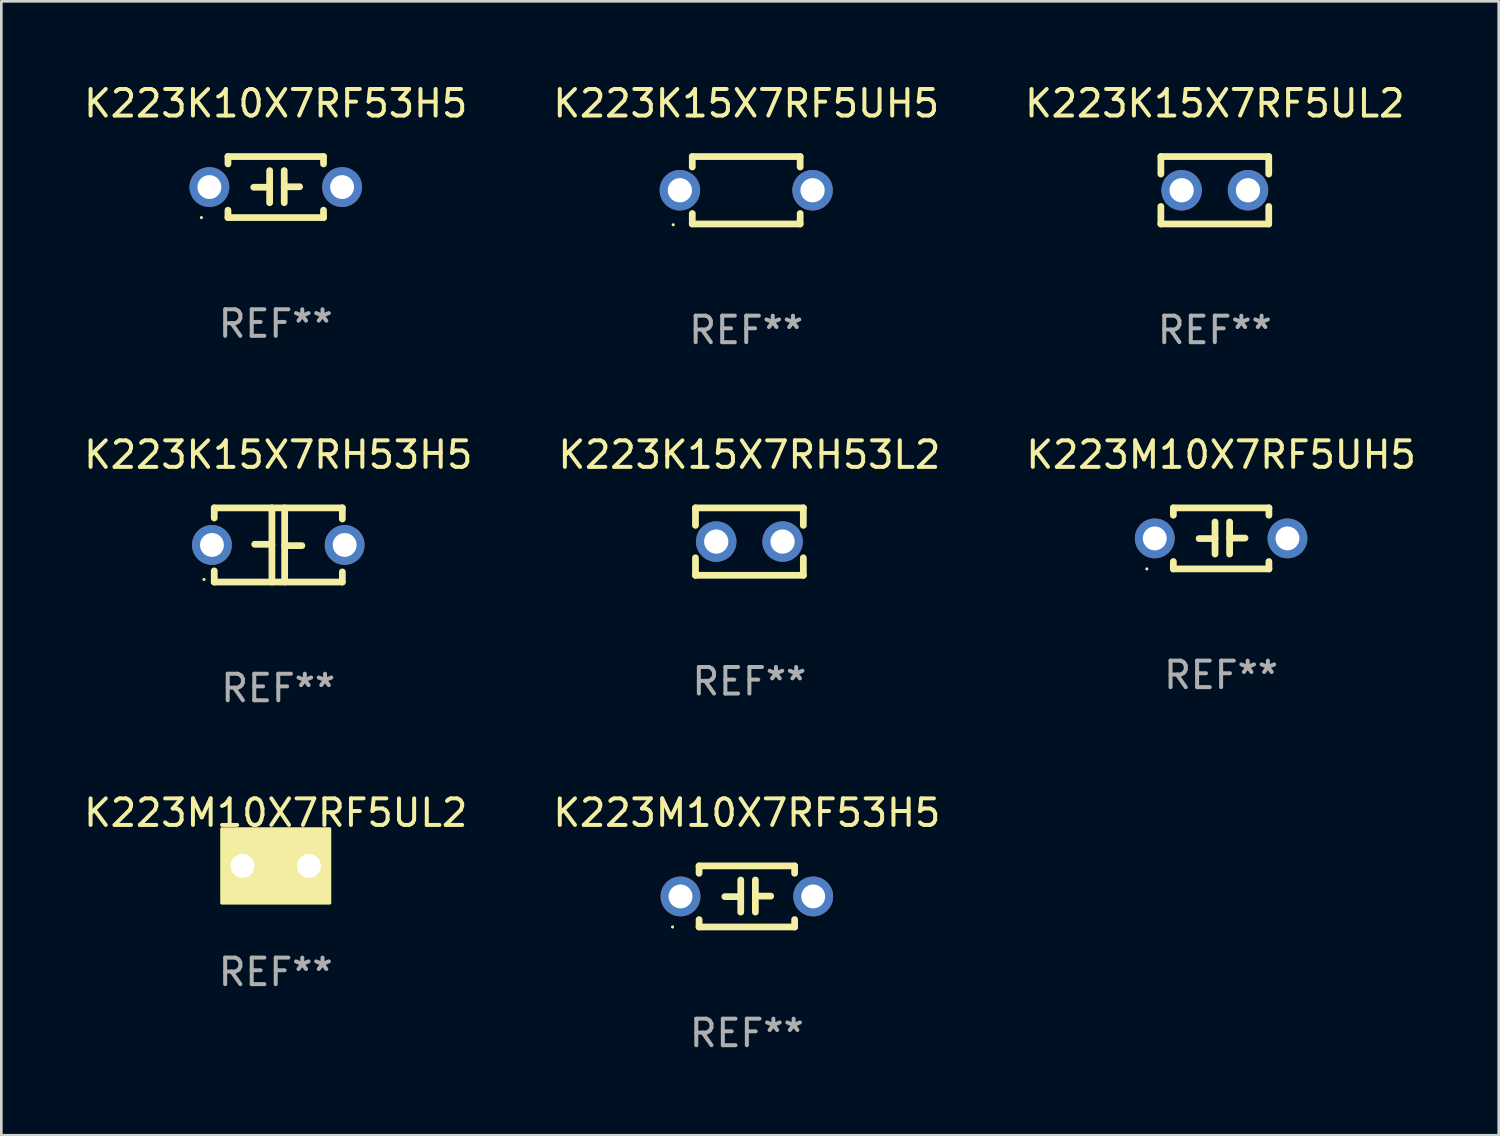
<source format=kicad_pcb>
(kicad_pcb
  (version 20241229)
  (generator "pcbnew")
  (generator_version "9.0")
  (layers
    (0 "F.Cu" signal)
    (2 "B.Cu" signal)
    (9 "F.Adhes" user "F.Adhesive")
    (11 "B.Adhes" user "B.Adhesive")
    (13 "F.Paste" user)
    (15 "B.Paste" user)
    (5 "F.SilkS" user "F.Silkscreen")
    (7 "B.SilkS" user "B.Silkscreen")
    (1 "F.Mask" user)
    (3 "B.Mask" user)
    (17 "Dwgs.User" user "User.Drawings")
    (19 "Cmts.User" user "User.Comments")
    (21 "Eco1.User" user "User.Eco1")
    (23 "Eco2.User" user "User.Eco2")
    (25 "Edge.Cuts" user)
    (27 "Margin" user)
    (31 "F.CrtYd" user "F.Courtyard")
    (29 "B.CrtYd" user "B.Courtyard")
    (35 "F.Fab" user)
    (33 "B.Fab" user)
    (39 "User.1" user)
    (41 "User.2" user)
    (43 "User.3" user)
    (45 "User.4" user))
  (footprint "K223K15X7RH53H5"
    (layer "F.Cu")
    (at 7.435 17.482)
    (property "Reference" "K223K15X7RH53H5" (at 0 -3.397 0) (layer "F.SilkS") (effects (font (size 1 1) (thickness 0.15))))
    (attr through_hole)
    (fp_line (start -2.413 -1.397) (end 2.413 -1.397) (stroke (width 0.254) (type solid)) (layer "F.SilkS"))
    (fp_line (start -2.413 -1.016) (end -2.413 -1.397) (stroke (width 0.254) (type solid)) (layer "F.SilkS"))
    (fp_line (start -2.413 0.977) (end -2.413 1.397) (stroke (width 0.254) (type solid)) (layer "F.SilkS"))
    (fp_line (start -0.24 -0.025) (end -0.889 -0.025) (stroke (width 0.254) (type solid)) (layer "F.SilkS"))
    (fp_line (start -0.24 1.397) (end -0.24 -1.397) (stroke (width 0.254) (type solid)) (layer "F.SilkS"))
    (fp_line (start 0.24 -1.397) (end 0.24 1.397) (stroke (width 0.254) (type solid)) (layer "F.SilkS"))
    (fp_line (start 0.24 0.025) (end 0.889 0.025) (stroke (width 0.254) (type solid)) (layer "F.SilkS"))
    (fp_line (start 2.413 -0.977) (end 2.413 -1.397) (stroke (width 0.254) (type solid)) (layer "F.SilkS"))
    (fp_line (start 2.413 1.016) (end 2.413 1.397) (stroke (width 0.254) (type solid)) (layer "F.SilkS"))
    (fp_line (start 2.413 1.397) (end -2.413 1.397) (stroke (width 0.254) (type solid)) (layer "F.SilkS"))
    (fp_circle (center -2.8 1.3) (end -2.77 1.3) (stroke (width 0.06) (type solid)) (fill no) (layer "F.SilkS"))
    (fp_text user "REF**" (at 0 5.397 0) (layer "F.Fab") (effects (font (size 1 1) (thickness 0.15))))
    (pad "1" thru_hole circle (at -2.5 0) (size 1.5 1.5) (drill 0.9) (layers "*.Cu" "*.Mask"))
    (pad "2" thru_hole circle (at 2.5 0) (size 1.5 1.5) (drill 0.9) (layers "*.Cu" "*.Mask")))
  (footprint "K223K15X7RH53L2"
    (layer "F.Cu")
    (at 25.185 17.355)
    (property "Reference" "K223K15X7RH53L2" (at 0 -3.27 0) (layer "F.SilkS") (effects (font (size 1 1) (thickness 0.15))))
    (attr through_hole)
    (fp_line (start -2.032 -1.27) (end -2.032 -0.611) (stroke (width 0.254) (type solid)) (layer "F.SilkS"))
    (fp_line (start -2.032 0.611) (end -2.032 1.27) (stroke (width 0.254) (type solid)) (layer "F.SilkS"))
    (fp_line (start -2.032 1.27) (end 2.032 1.27) (stroke (width 0.254) (type solid)) (layer "F.SilkS"))
    (fp_line (start 2.032 -1.27) (end -2.032 -1.27) (stroke (width 0.254) (type solid)) (layer "F.SilkS"))
    (fp_line (start 2.032 -0.611) (end 2.032 -1.27) (stroke (width 0.254) (type solid)) (layer "F.SilkS"))
    (fp_line (start 2.032 1.27) (end 2.032 0.611) (stroke (width 0.254) (type solid)) (layer "F.SilkS"))
    (fp_circle (center -2 1.3) (end -1.97 1.3) (stroke (width 0.06) (type solid)) (fill no) (layer "F.SilkS"))
    (fp_text user "REF**" (at 0 5.27 0) (layer "F.Fab") (effects (font (size 1 1) (thickness 0.15))))
    (pad "1" thru_hole circle (at -1.25 0) (size 1.524 1.524) (drill 0.914) (layers "*.Cu" "*.Mask"))
    (pad "2" thru_hole circle (at 1.25 0) (size 1.524 1.524) (drill 0.914) (layers "*.Cu" "*.Mask")))
  (footprint "K223K15X7RF5UL2"
    (layer "F.Cu")
    (at 42.72 4.118)
    (property "Reference" "K223K15X7RF5UL2" (at 0 -3.27 0) (layer "F.SilkS") (effects (font (size 1 1) (thickness 0.15))))
    (attr through_hole)
    (fp_line (start -2.032 -1.27) (end -2.032 -0.611) (stroke (width 0.254) (type solid)) (layer "F.SilkS"))
    (fp_line (start -2.032 0.611) (end -2.032 1.27) (stroke (width 0.254) (type solid)) (layer "F.SilkS"))
    (fp_line (start -2.032 1.27) (end 2.032 1.27) (stroke (width 0.254) (type solid)) (layer "F.SilkS"))
    (fp_line (start 2.032 -1.27) (end -2.032 -1.27) (stroke (width 0.254) (type solid)) (layer "F.SilkS"))
    (fp_line (start 2.032 -0.611) (end 2.032 -1.27) (stroke (width 0.254) (type solid)) (layer "F.SilkS"))
    (fp_line (start 2.032 1.27) (end 2.032 0.611) (stroke (width 0.254) (type solid)) (layer "F.SilkS"))
    (fp_circle (center -2 1.3) (end -1.97 1.3) (stroke (width 0.06) (type solid)) (fill no) (layer "F.SilkS"))
    (fp_text user "REF**" (at 0 5.27 0) (layer "F.Fab") (effects (font (size 1 1) (thickness 0.15))))
    (pad "1" thru_hole circle (at -1.25 0) (size 1.524 1.524) (drill 0.914) (layers "*.Cu" "*.Mask"))
    (pad "2" thru_hole circle (at 1.25 0) (size 1.524 1.524) (drill 0.914) (layers "*.Cu" "*.Mask")))
  (footprint "K223K10X7RF53H5"
    (layer "F.Cu")
    (at 7.339 3.998)
    (property "Reference" "K223K10X7RF53H5" (at 0 -3.15 0) (layer "F.SilkS") (effects (font (size 1 1) (thickness 0.15))))
    (attr through_hole)
    (fp_line (start -1.8 -1.15) (end -1.8 -0.872) (stroke (width 0.254) (type solid)) (layer "F.SilkS"))
    (fp_line (start -1.8 -1.15) (end 1.8 -1.15) (stroke (width 0.254) (type solid)) (layer "F.SilkS"))
    (fp_line (start -1.8 0.872) (end -1.8 1.15) (stroke (width 0.254) (type solid)) (layer "F.SilkS"))
    (fp_line (start -1.8 1.15) (end 1.8 1.15) (stroke (width 0.254) (type solid)) (layer "F.SilkS"))
    (fp_line (start -0.23 -0.62) (end -0.23 0.59) (stroke (width 0.254) (type solid)) (layer "F.SilkS"))
    (fp_line (start -0.23 0.007) (end -0.83 0.007) (stroke (width 0.254) (type solid)) (layer "F.SilkS"))
    (fp_line (start 0.32 -0.62) (end 0.32 0.59) (stroke (width 0.254) (type solid)) (layer "F.SilkS"))
    (fp_line (start 0.32 -0.012) (end 0.9 -0.012) (stroke (width 0.254) (type solid)) (layer "F.SilkS"))
    (fp_line (start 1.8 -1.15) (end 1.8 -0.872) (stroke (width 0.254) (type solid)) (layer "F.SilkS"))
    (fp_line (start 1.8 0.872) (end 1.8 1.15) (stroke (width 0.254) (type solid)) (layer "F.SilkS"))
    (fp_circle (center -2.8 1.15) (end -2.77 1.15) (stroke (width 0.06) (type solid)) (fill no) (layer "F.SilkS"))
    (fp_text user "REF**" (at 0 5.15 0) (layer "F.Fab") (effects (font (size 1 1) (thickness 0.15))))
    (pad "1" thru_hole circle (at -2.5 0) (size 1.5 1.5) (drill 0.9) (layers "*.Cu" "*.Mask"))
    (pad "2" thru_hole circle (at 2.5 0) (size 1.5 1.5) (drill 0.9) (layers "*.Cu" "*.Mask")))
  (footprint "K223M10X7RF53H5"
    (layer "F.Cu")
    (at 25.089 30.725)
    (property "Reference" "K223M10X7RF53H5" (at 0 -3.15 0) (layer "F.SilkS") (effects (font (size 1 1) (thickness 0.15))))
    (attr through_hole)
    (fp_line (start -1.8 -1.15) (end -1.8 -0.872) (stroke (width 0.254) (type solid)) (layer "F.SilkS"))
    (fp_line (start -1.8 -1.15) (end 1.8 -1.15) (stroke (width 0.254) (type solid)) (layer "F.SilkS"))
    (fp_line (start -1.8 0.872) (end -1.8 1.15) (stroke (width 0.254) (type solid)) (layer "F.SilkS"))
    (fp_line (start -1.8 1.15) (end 1.8 1.15) (stroke (width 0.254) (type solid)) (layer "F.SilkS"))
    (fp_line (start -0.23 -0.62) (end -0.23 0.59) (stroke (width 0.254) (type solid)) (layer "F.SilkS"))
    (fp_line (start -0.23 0.007) (end -0.83 0.007) (stroke (width 0.254) (type solid)) (layer "F.SilkS"))
    (fp_line (start 0.32 -0.62) (end 0.32 0.59) (stroke (width 0.254) (type solid)) (layer "F.SilkS"))
    (fp_line (start 0.32 -0.012) (end 0.9 -0.012) (stroke (width 0.254) (type solid)) (layer "F.SilkS"))
    (fp_line (start 1.8 -1.15) (end 1.8 -0.872) (stroke (width 0.254) (type solid)) (layer "F.SilkS"))
    (fp_line (start 1.8 0.872) (end 1.8 1.15) (stroke (width 0.254) (type solid)) (layer "F.SilkS"))
    (fp_circle (center -2.8 1.15) (end -2.77 1.15) (stroke (width 0.06) (type solid)) (fill no) (layer "F.SilkS"))
    (fp_text user "REF**" (at 0 5.15 0) (layer "F.Fab") (effects (font (size 1 1) (thickness 0.15))))
    (pad "1" thru_hole circle (at -2.5 0) (size 1.5 1.5) (drill 0.9) (layers "*.Cu" "*.Mask"))
    (pad "2" thru_hole circle (at 2.5 0) (size 1.5 1.5) (drill 0.9) (layers "*.Cu" "*.Mask")))
  (footprint "K223K15X7RF5UH5"
    (layer "F.Cu")
    (at 25.065 4.118)
    (property "Reference" "K223K15X7RF5UH5" (at 0 -3.27 0) (layer "F.SilkS") (effects (font (size 1 1) (thickness 0.15))))
    (attr through_hole)
    (fp_line (start -2.032 -1.27) (end -2.032 -0.876) (stroke (width 0.254) (type solid)) (layer "F.SilkS"))
    (fp_line (start -2.032 0.876) (end -2.032 1.27) (stroke (width 0.254) (type solid)) (layer "F.SilkS"))
    (fp_line (start -2.032 1.27) (end 2.032 1.27) (stroke (width 0.254) (type solid)) (layer "F.SilkS"))
    (fp_line (start 2.032 -1.27) (end -2.032 -1.27) (stroke (width 0.254) (type solid)) (layer "F.SilkS"))
    (fp_line (start 2.032 -0.876) (end 2.032 -1.27) (stroke (width 0.254) (type solid)) (layer "F.SilkS"))
    (fp_line (start 2.032 1.27) (end 2.032 0.876) (stroke (width 0.254) (type solid)) (layer "F.SilkS"))
    (fp_circle (center -2.751 1.3) (end -2.721 1.3) (stroke (width 0.06) (type solid)) (fill no) (layer "F.SilkS"))
    (fp_text user "REF**" (at 0 5.27 0) (layer "F.Fab") (effects (font (size 1 1) (thickness 0.15))))
    (pad "1" thru_hole circle (at -2.5 0) (size 1.524 1.524) (drill 0.914) (layers "*.Cu" "*.Mask"))
    (pad "2" thru_hole circle (at 2.5 0) (size 1.524 1.524) (drill 0.914) (layers "*.Cu" "*.Mask")))
  (footprint "K223M10X7RF5UH5"
    (layer "F.Cu")
    (at 42.958 17.235)
    (property "Reference" "K223M10X7RF5UH5" (at 0 -3.15 0) (layer "F.SilkS") (effects (font (size 1 1) (thickness 0.15))))
    (attr through_hole)
    (fp_line (start -1.8 -1.15) (end -1.8 -0.872) (stroke (width 0.254) (type solid)) (layer "F.SilkS"))
    (fp_line (start -1.8 -1.15) (end 1.8 -1.15) (stroke (width 0.254) (type solid)) (layer "F.SilkS"))
    (fp_line (start -1.8 0.872) (end -1.8 1.15) (stroke (width 0.254) (type solid)) (layer "F.SilkS"))
    (fp_line (start -1.8 1.15) (end 1.8 1.15) (stroke (width 0.254) (type solid)) (layer "F.SilkS"))
    (fp_line (start -0.23 -0.62) (end -0.23 0.59) (stroke (width 0.254) (type solid)) (layer "F.SilkS"))
    (fp_line (start -0.23 0.007) (end -0.83 0.007) (stroke (width 0.254) (type solid)) (layer "F.SilkS"))
    (fp_line (start 0.32 -0.62) (end 0.32 0.59) (stroke (width 0.254) (type solid)) (layer "F.SilkS"))
    (fp_line (start 0.32 -0.012) (end 0.9 -0.012) (stroke (width 0.254) (type solid)) (layer "F.SilkS"))
    (fp_line (start 1.8 -1.15) (end 1.8 -0.872) (stroke (width 0.254) (type solid)) (layer "F.SilkS"))
    (fp_line (start 1.8 0.872) (end 1.8 1.15) (stroke (width 0.254) (type solid)) (layer "F.SilkS"))
    (fp_circle (center -2.8 1.15) (end -2.77 1.15) (stroke (width 0.06) (type solid)) (fill no) (layer "F.SilkS"))
    (fp_text user "REF**" (at 0 5.15 0) (layer "F.Fab") (effects (font (size 1 1) (thickness 0.15))))
    (pad "1" thru_hole circle (at -2.5 0) (size 1.5 1.5) (drill 0.9) (layers "*.Cu" "*.Mask"))
    (pad "2" thru_hole circle (at 2.5 0) (size 1.5 1.5) (drill 0.9) (layers "*.Cu" "*.Mask")))
  (footprint "K223M10X7RF5UL2"
    (layer "F.Cu")
    (at 7.339 29.575)
    (property "Reference" "K223M10X7RF5UL2" (at 0 -2 0) (layer "F.SilkS") (effects (font (size 1 1) (thickness 0.15))))
    (attr through_hole)
    (fp_circle (center -1.8 1.15) (end -1.77 1.15) (stroke (width 0.06) (type solid)) (fill no) (layer "F.SilkS"))
    (fp_poly (pts (xy -2.032 -1.397) (xy 2.032 -1.397) (xy 2.032 1.397) (xy -2.032 1.397)) (stroke (width 0.12) (type solid)) (fill yes) (layer "F.SilkS"))
    (fp_text user "REF**" (at 0 4 0) (layer "F.Fab") (effects (font (size 1 1) (thickness 0.15))))
    (pad "1" thru_hole circle (at -1.25 0) (size 1.5 1.5) (drill 0.9) (layers "*.Cu" "*.Mask"))
    (pad "2" thru_hole circle (at 1.25 0) (size 1.5 1.5) (drill 0.9) (layers "*.Cu" "*.Mask")))
  (gr_rect
    (start -3 -3)
    (end 53.417 39.724)
    (stroke (width 0.1) (type default))
    (fill no)
    (layer "Edge.Cuts")))
</source>
